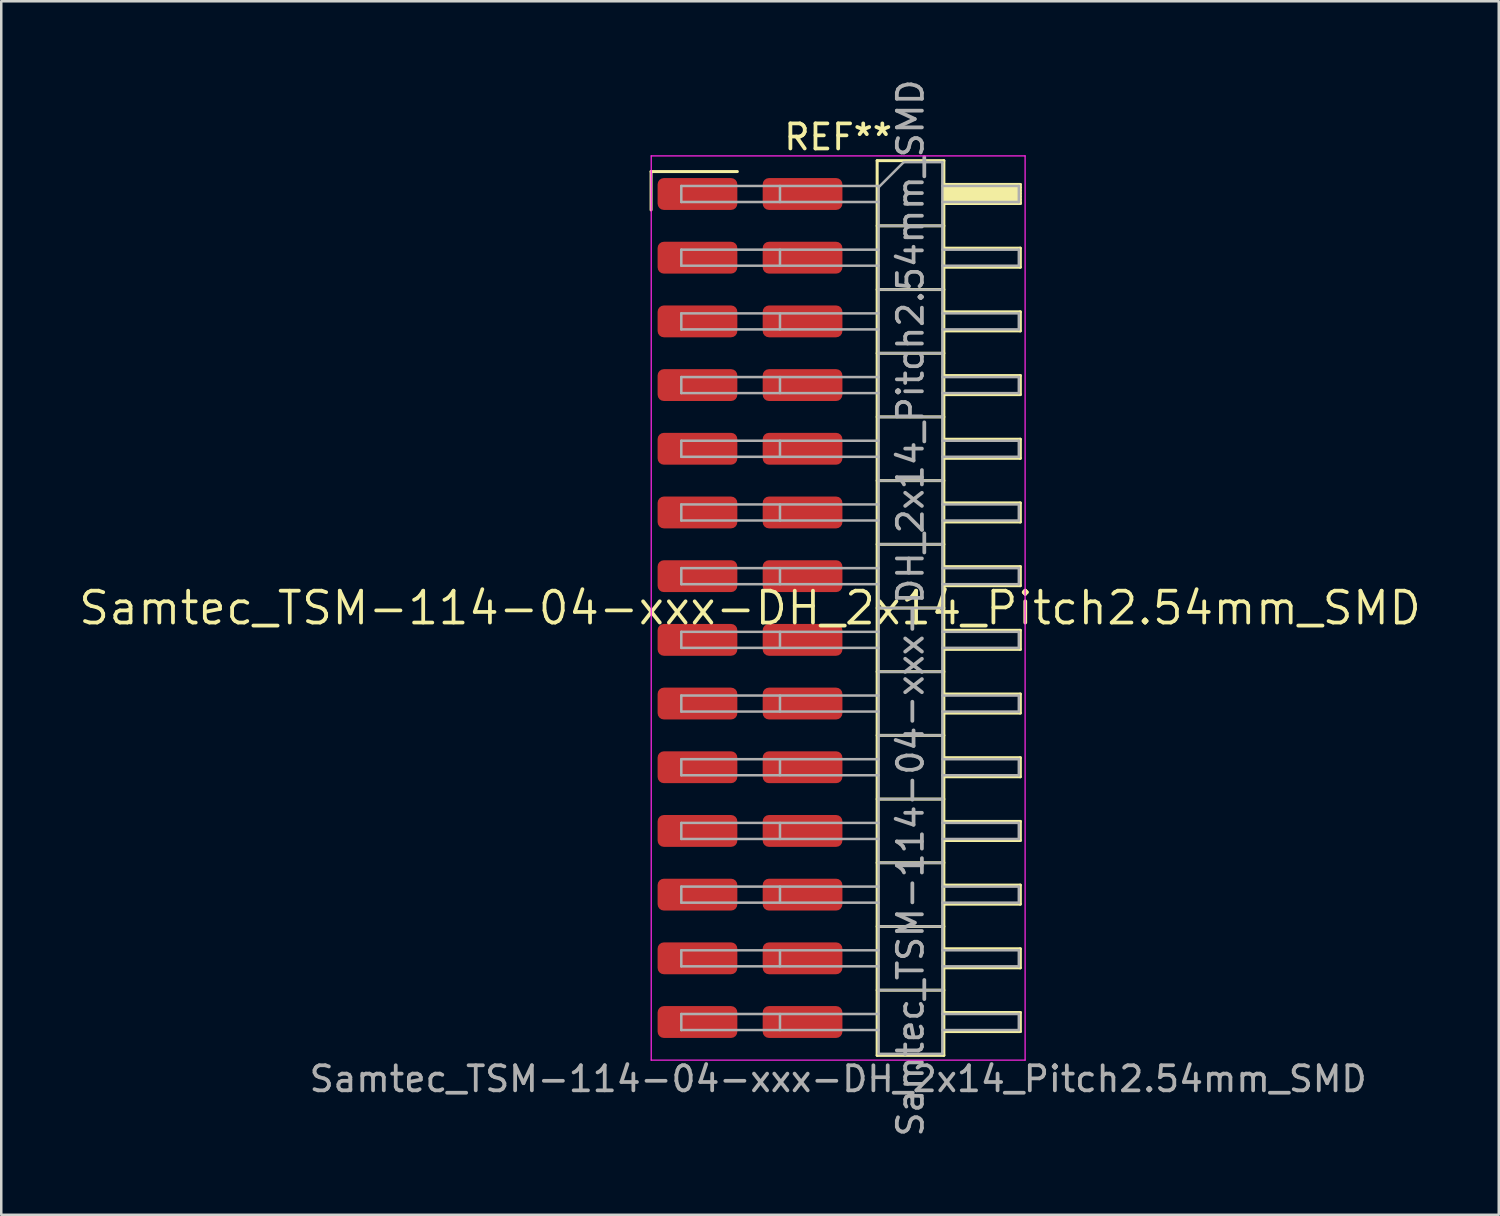
<source format=kicad_pcb>
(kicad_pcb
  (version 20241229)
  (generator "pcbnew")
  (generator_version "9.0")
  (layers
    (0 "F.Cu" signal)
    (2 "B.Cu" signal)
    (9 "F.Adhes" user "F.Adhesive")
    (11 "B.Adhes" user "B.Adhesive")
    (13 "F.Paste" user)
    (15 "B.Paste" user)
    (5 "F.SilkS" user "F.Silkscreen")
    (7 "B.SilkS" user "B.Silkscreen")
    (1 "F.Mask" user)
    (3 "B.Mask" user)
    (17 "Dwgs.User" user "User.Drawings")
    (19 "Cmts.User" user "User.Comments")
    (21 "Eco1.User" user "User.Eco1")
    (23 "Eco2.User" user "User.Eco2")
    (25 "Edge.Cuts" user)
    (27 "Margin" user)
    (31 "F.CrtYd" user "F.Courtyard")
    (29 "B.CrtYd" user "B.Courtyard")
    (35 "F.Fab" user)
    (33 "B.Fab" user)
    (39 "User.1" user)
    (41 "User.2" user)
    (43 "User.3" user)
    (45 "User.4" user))
  (footprint "Samtec_TSM-114-04-xxx-DH_2x14_Pitch2.54mm_SMD"
    (layer "F.Cu")
    (at 26.859 21.196)
    (property "Reference" "Samtec_TSM-114-04-xxx-DH_2x14_Pitch2.54mm_SMD" (at 0 0 0) (layer "F.SilkS") (effects (font (size 1.27 1.27) (thickness 0.15))))
    (attr smd)
    (fp_line (start -3.945 -17.405) (end -0.505 -17.405) (stroke (width 0.12) (type solid)) (layer "F.SilkS"))
    (fp_line (start -3.945 -15.875) (end -3.945 -17.405) (stroke (width 0.12) (type solid)) (layer "F.SilkS"))
    (fp_line (start 5.07 -17.84) (end 7.73 -17.84) (stroke (width 0.12) (type solid)) (layer "F.SilkS"))
    (fp_line (start 5.07 -15.24) (end 7.73 -15.24) (stroke (width 0.12) (type solid)) (layer "F.SilkS"))
    (fp_line (start 5.07 -12.7) (end 7.73 -12.7) (stroke (width 0.12) (type solid)) (layer "F.SilkS"))
    (fp_line (start 5.07 -10.16) (end 7.73 -10.16) (stroke (width 0.12) (type solid)) (layer "F.SilkS"))
    (fp_line (start 5.07 -7.62) (end 7.73 -7.62) (stroke (width 0.12) (type solid)) (layer "F.SilkS"))
    (fp_line (start 5.07 -5.08) (end 7.73 -5.08) (stroke (width 0.12) (type solid)) (layer "F.SilkS"))
    (fp_line (start 5.07 -2.54) (end 7.73 -2.54) (stroke (width 0.12) (type solid)) (layer "F.SilkS"))
    (fp_line (start 5.07 0) (end 7.73 0) (stroke (width 0.12) (type solid)) (layer "F.SilkS"))
    (fp_line (start 5.07 2.54) (end 7.73 2.54) (stroke (width 0.12) (type solid)) (layer "F.SilkS"))
    (fp_line (start 5.07 5.08) (end 7.73 5.08) (stroke (width 0.12) (type solid)) (layer "F.SilkS"))
    (fp_line (start 5.07 7.62) (end 7.73 7.62) (stroke (width 0.12) (type solid)) (layer "F.SilkS"))
    (fp_line (start 5.07 10.16) (end 7.73 10.16) (stroke (width 0.12) (type solid)) (layer "F.SilkS"))
    (fp_line (start 5.07 12.7) (end 7.73 12.7) (stroke (width 0.12) (type solid)) (layer "F.SilkS"))
    (fp_line (start 5.07 15.24) (end 7.73 15.24) (stroke (width 0.12) (type solid)) (layer "F.SilkS"))
    (fp_line (start 5.07 17.84) (end 5.07 -17.84) (stroke (width 0.12) (type solid)) (layer "F.SilkS"))
    (fp_line (start 7.73 -17.84) (end 7.73 17.84) (stroke (width 0.12) (type solid)) (layer "F.SilkS"))
    (fp_line (start 7.73 -16.89) (end 10.78 -16.89) (stroke (width 0.12) (type solid)) (layer "F.SilkS"))
    (fp_line (start 7.73 -16.77) (end 10.78 -16.77) (stroke (width 0.12) (type solid)) (layer "F.SilkS"))
    (fp_line (start 7.73 -16.65) (end 10.78 -16.65) (stroke (width 0.12) (type solid)) (layer "F.SilkS"))
    (fp_line (start 7.73 -16.53) (end 10.78 -16.53) (stroke (width 0.12) (type solid)) (layer "F.SilkS"))
    (fp_line (start 7.73 -16.41) (end 10.78 -16.41) (stroke (width 0.12) (type solid)) (layer "F.SilkS"))
    (fp_line (start 7.73 -16.29) (end 10.78 -16.29) (stroke (width 0.12) (type solid)) (layer "F.SilkS"))
    (fp_line (start 7.73 -16.17) (end 10.78 -16.17) (stroke (width 0.12) (type solid)) (layer "F.SilkS"))
    (fp_line (start 7.73 -16.13) (end 10.78 -16.13) (stroke (width 0.12) (type solid)) (layer "F.SilkS"))
    (fp_line (start 7.73 -14.35) (end 10.78 -14.35) (stroke (width 0.12) (type solid)) (layer "F.SilkS"))
    (fp_line (start 7.73 -13.59) (end 10.78 -13.59) (stroke (width 0.12) (type solid)) (layer "F.SilkS"))
    (fp_line (start 7.73 -11.81) (end 10.78 -11.81) (stroke (width 0.12) (type solid)) (layer "F.SilkS"))
    (fp_line (start 7.73 -11.05) (end 10.78 -11.05) (stroke (width 0.12) (type solid)) (layer "F.SilkS"))
    (fp_line (start 7.73 -9.27) (end 10.78 -9.27) (stroke (width 0.12) (type solid)) (layer "F.SilkS"))
    (fp_line (start 7.73 -8.51) (end 10.78 -8.51) (stroke (width 0.12) (type solid)) (layer "F.SilkS"))
    (fp_line (start 7.73 -6.73) (end 10.78 -6.73) (stroke (width 0.12) (type solid)) (layer "F.SilkS"))
    (fp_line (start 7.73 -5.97) (end 10.78 -5.97) (stroke (width 0.12) (type solid)) (layer "F.SilkS"))
    (fp_line (start 7.73 -4.19) (end 10.78 -4.19) (stroke (width 0.12) (type solid)) (layer "F.SilkS"))
    (fp_line (start 7.73 -3.43) (end 10.78 -3.43) (stroke (width 0.12) (type solid)) (layer "F.SilkS"))
    (fp_line (start 7.73 -1.65) (end 10.78 -1.65) (stroke (width 0.12) (type solid)) (layer "F.SilkS"))
    (fp_line (start 7.73 -0.89) (end 10.78 -0.89) (stroke (width 0.12) (type solid)) (layer "F.SilkS"))
    (fp_line (start 7.73 0.89) (end 10.78 0.89) (stroke (width 0.12) (type solid)) (layer "F.SilkS"))
    (fp_line (start 7.73 1.65) (end 10.78 1.65) (stroke (width 0.12) (type solid)) (layer "F.SilkS"))
    (fp_line (start 7.73 3.43) (end 10.78 3.43) (stroke (width 0.12) (type solid)) (layer "F.SilkS"))
    (fp_line (start 7.73 4.19) (end 10.78 4.19) (stroke (width 0.12) (type solid)) (layer "F.SilkS"))
    (fp_line (start 7.73 5.97) (end 10.78 5.97) (stroke (width 0.12) (type solid)) (layer "F.SilkS"))
    (fp_line (start 7.73 6.73) (end 10.78 6.73) (stroke (width 0.12) (type solid)) (layer "F.SilkS"))
    (fp_line (start 7.73 8.51) (end 10.78 8.51) (stroke (width 0.12) (type solid)) (layer "F.SilkS"))
    (fp_line (start 7.73 9.27) (end 10.78 9.27) (stroke (width 0.12) (type solid)) (layer "F.SilkS"))
    (fp_line (start 7.73 11.05) (end 10.78 11.05) (stroke (width 0.12) (type solid)) (layer "F.SilkS"))
    (fp_line (start 7.73 11.81) (end 10.78 11.81) (stroke (width 0.12) (type solid)) (layer "F.SilkS"))
    (fp_line (start 7.73 13.59) (end 10.78 13.59) (stroke (width 0.12) (type solid)) (layer "F.SilkS"))
    (fp_line (start 7.73 14.35) (end 10.78 14.35) (stroke (width 0.12) (type solid)) (layer "F.SilkS"))
    (fp_line (start 7.73 16.13) (end 10.78 16.13) (stroke (width 0.12) (type solid)) (layer "F.SilkS"))
    (fp_line (start 7.73 16.89) (end 10.78 16.89) (stroke (width 0.12) (type solid)) (layer "F.SilkS"))
    (fp_line (start 7.73 17.84) (end 5.07 17.84) (stroke (width 0.12) (type solid)) (layer "F.SilkS"))
    (fp_line (start 10.78 -16.89) (end 10.78 -16.13) (stroke (width 0.12) (type solid)) (layer "F.SilkS"))
    (fp_line (start 10.78 -14.35) (end 10.78 -13.59) (stroke (width 0.12) (type solid)) (layer "F.SilkS"))
    (fp_line (start 10.78 -11.81) (end 10.78 -11.05) (stroke (width 0.12) (type solid)) (layer "F.SilkS"))
    (fp_line (start 10.78 -9.27) (end 10.78 -8.51) (stroke (width 0.12) (type solid)) (layer "F.SilkS"))
    (fp_line (start 10.78 -6.73) (end 10.78 -5.97) (stroke (width 0.12) (type solid)) (layer "F.SilkS"))
    (fp_line (start 10.78 -4.19) (end 10.78 -3.43) (stroke (width 0.12) (type solid)) (layer "F.SilkS"))
    (fp_line (start 10.78 -1.65) (end 10.78 -0.89) (stroke (width 0.12) (type solid)) (layer "F.SilkS"))
    (fp_line (start 10.78 0.89) (end 10.78 1.65) (stroke (width 0.12) (type solid)) (layer "F.SilkS"))
    (fp_line (start 10.78 3.43) (end 10.78 4.19) (stroke (width 0.12) (type solid)) (layer "F.SilkS"))
    (fp_line (start 10.78 5.97) (end 10.78 6.73) (stroke (width 0.12) (type solid)) (layer "F.SilkS"))
    (fp_line (start 10.78 8.51) (end 10.78 9.27) (stroke (width 0.12) (type solid)) (layer "F.SilkS"))
    (fp_line (start 10.78 11.05) (end 10.78 11.81) (stroke (width 0.12) (type solid)) (layer "F.SilkS"))
    (fp_line (start 10.78 13.59) (end 10.78 14.35) (stroke (width 0.12) (type solid)) (layer "F.SilkS"))
    (fp_line (start 10.78 16.13) (end 10.78 16.89) (stroke (width 0.12) (type solid)) (layer "F.SilkS"))
    (fp_line (start -3.94 -18.03) (end 10.97 -18.03) (stroke (width 0.05) (type solid)) (layer "F.CrtYd"))
    (fp_line (start -3.94 18.03) (end -3.94 -18.03) (stroke (width 0.05) (type solid)) (layer "F.CrtYd"))
    (fp_line (start 10.97 -18.03) (end 10.97 18.03) (stroke (width 0.05) (type solid)) (layer "F.CrtYd"))
    (fp_line (start 10.97 18.03) (end -3.94 18.03) (stroke (width 0.05) (type solid)) (layer "F.CrtYd"))
    (fp_line (start -2.74 -16.83) (end -2.74 -16.19) (stroke (width 0.1) (type solid)) (layer "F.Fab"))
    (fp_line (start -2.74 -16.83) (end 5.13 -16.83) (stroke (width 0.1) (type solid)) (layer "F.Fab"))
    (fp_line (start -2.74 -16.19) (end 5.13 -16.19) (stroke (width 0.1) (type solid)) (layer "F.Fab"))
    (fp_line (start -2.74 -14.29) (end -2.74 -13.65) (stroke (width 0.1) (type solid)) (layer "F.Fab"))
    (fp_line (start -2.74 -14.29) (end 5.13 -14.29) (stroke (width 0.1) (type solid)) (layer "F.Fab"))
    (fp_line (start -2.74 -13.65) (end 5.13 -13.65) (stroke (width 0.1) (type solid)) (layer "F.Fab"))
    (fp_line (start -2.74 -11.75) (end -2.74 -11.11) (stroke (width 0.1) (type solid)) (layer "F.Fab"))
    (fp_line (start -2.74 -11.75) (end 5.13 -11.75) (stroke (width 0.1) (type solid)) (layer "F.Fab"))
    (fp_line (start -2.74 -11.11) (end 5.13 -11.11) (stroke (width 0.1) (type solid)) (layer "F.Fab"))
    (fp_line (start -2.74 -9.21) (end -2.74 -8.57) (stroke (width 0.1) (type solid)) (layer "F.Fab"))
    (fp_line (start -2.74 -9.21) (end 5.13 -9.21) (stroke (width 0.1) (type solid)) (layer "F.Fab"))
    (fp_line (start -2.74 -8.57) (end 5.13 -8.57) (stroke (width 0.1) (type solid)) (layer "F.Fab"))
    (fp_line (start -2.74 -6.67) (end -2.74 -6.03) (stroke (width 0.1) (type solid)) (layer "F.Fab"))
    (fp_line (start -2.74 -6.67) (end 5.13 -6.67) (stroke (width 0.1) (type solid)) (layer "F.Fab"))
    (fp_line (start -2.74 -6.03) (end 5.13 -6.03) (stroke (width 0.1) (type solid)) (layer "F.Fab"))
    (fp_line (start -2.74 -4.13) (end -2.74 -3.49) (stroke (width 0.1) (type solid)) (layer "F.Fab"))
    (fp_line (start -2.74 -4.13) (end 5.13 -4.13) (stroke (width 0.1) (type solid)) (layer "F.Fab"))
    (fp_line (start -2.74 -3.49) (end 5.13 -3.49) (stroke (width 0.1) (type solid)) (layer "F.Fab"))
    (fp_line (start -2.74 -1.59) (end -2.74 -0.95) (stroke (width 0.1) (type solid)) (layer "F.Fab"))
    (fp_line (start -2.74 -1.59) (end 5.13 -1.59) (stroke (width 0.1) (type solid)) (layer "F.Fab"))
    (fp_line (start -2.74 -0.95) (end 5.13 -0.95) (stroke (width 0.1) (type solid)) (layer "F.Fab"))
    (fp_line (start -2.74 0.95) (end -2.74 1.59) (stroke (width 0.1) (type solid)) (layer "F.Fab"))
    (fp_line (start -2.74 0.95) (end 5.13 0.95) (stroke (width 0.1) (type solid)) (layer "F.Fab"))
    (fp_line (start -2.74 1.59) (end 5.13 1.59) (stroke (width 0.1) (type solid)) (layer "F.Fab"))
    (fp_line (start -2.74 3.49) (end -2.74 4.13) (stroke (width 0.1) (type solid)) (layer "F.Fab"))
    (fp_line (start -2.74 3.49) (end 5.13 3.49) (stroke (width 0.1) (type solid)) (layer "F.Fab"))
    (fp_line (start -2.74 4.13) (end 5.13 4.13) (stroke (width 0.1) (type solid)) (layer "F.Fab"))
    (fp_line (start -2.74 6.03) (end -2.74 6.67) (stroke (width 0.1) (type solid)) (layer "F.Fab"))
    (fp_line (start -2.74 6.03) (end 5.13 6.03) (stroke (width 0.1) (type solid)) (layer "F.Fab"))
    (fp_line (start -2.74 6.67) (end 5.13 6.67) (stroke (width 0.1) (type solid)) (layer "F.Fab"))
    (fp_line (start -2.74 8.57) (end -2.74 9.21) (stroke (width 0.1) (type solid)) (layer "F.Fab"))
    (fp_line (start -2.74 8.57) (end 5.13 8.57) (stroke (width 0.1) (type solid)) (layer "F.Fab"))
    (fp_line (start -2.74 9.21) (end 5.13 9.21) (stroke (width 0.1) (type solid)) (layer "F.Fab"))
    (fp_line (start -2.74 11.11) (end -2.74 11.75) (stroke (width 0.1) (type solid)) (layer "F.Fab"))
    (fp_line (start -2.74 11.11) (end 5.13 11.11) (stroke (width 0.1) (type solid)) (layer "F.Fab"))
    (fp_line (start -2.74 11.75) (end 5.13 11.75) (stroke (width 0.1) (type solid)) (layer "F.Fab"))
    (fp_line (start -2.74 13.65) (end -2.74 14.29) (stroke (width 0.1) (type solid)) (layer "F.Fab"))
    (fp_line (start -2.74 13.65) (end 5.13 13.65) (stroke (width 0.1) (type solid)) (layer "F.Fab"))
    (fp_line (start -2.74 14.29) (end 5.13 14.29) (stroke (width 0.1) (type solid)) (layer "F.Fab"))
    (fp_line (start -2.74 16.19) (end -2.74 16.83) (stroke (width 0.1) (type solid)) (layer "F.Fab"))
    (fp_line (start -2.74 16.19) (end 5.13 16.19) (stroke (width 0.1) (type solid)) (layer "F.Fab"))
    (fp_line (start -2.74 16.83) (end 5.13 16.83) (stroke (width 0.1) (type solid)) (layer "F.Fab"))
    (fp_line (start 1.195 -16.83) (end 1.195 -16.19) (stroke (width 0.1) (type solid)) (layer "F.Fab"))
    (fp_line (start 1.195 -14.29) (end 1.195 -13.65) (stroke (width 0.1) (type solid)) (layer "F.Fab"))
    (fp_line (start 1.195 -11.75) (end 1.195 -11.11) (stroke (width 0.1) (type solid)) (layer "F.Fab"))
    (fp_line (start 1.195 -9.21) (end 1.195 -8.57) (stroke (width 0.1) (type solid)) (layer "F.Fab"))
    (fp_line (start 1.195 -6.67) (end 1.195 -6.03) (stroke (width 0.1) (type solid)) (layer "F.Fab"))
    (fp_line (start 1.195 -4.13) (end 1.195 -3.49) (stroke (width 0.1) (type solid)) (layer "F.Fab"))
    (fp_line (start 1.195 -1.59) (end 1.195 -0.95) (stroke (width 0.1) (type solid)) (layer "F.Fab"))
    (fp_line (start 1.195 0.95) (end 1.195 1.59) (stroke (width 0.1) (type solid)) (layer "F.Fab"))
    (fp_line (start 1.195 3.49) (end 1.195 4.13) (stroke (width 0.1) (type solid)) (layer "F.Fab"))
    (fp_line (start 1.195 6.03) (end 1.195 6.67) (stroke (width 0.1) (type solid)) (layer "F.Fab"))
    (fp_line (start 1.195 8.57) (end 1.195 9.21) (stroke (width 0.1) (type solid)) (layer "F.Fab"))
    (fp_line (start 1.195 11.11) (end 1.195 11.75) (stroke (width 0.1) (type solid)) (layer "F.Fab"))
    (fp_line (start 1.195 13.65) (end 1.195 14.29) (stroke (width 0.1) (type solid)) (layer "F.Fab"))
    (fp_line (start 1.195 16.19) (end 1.195 16.83) (stroke (width 0.1) (type solid)) (layer "F.Fab"))
    (fp_line (start 5.13 -16.78) (end 6.13 -17.78) (stroke (width 0.1) (type solid)) (layer "F.Fab"))
    (fp_line (start 5.13 -15.24) (end 7.67 -15.24) (stroke (width 0.1) (type solid)) (layer "F.Fab"))
    (fp_line (start 5.13 -12.7) (end 7.67 -12.7) (stroke (width 0.1) (type solid)) (layer "F.Fab"))
    (fp_line (start 5.13 -10.16) (end 7.67 -10.16) (stroke (width 0.1) (type solid)) (layer "F.Fab"))
    (fp_line (start 5.13 -7.62) (end 7.67 -7.62) (stroke (width 0.1) (type solid)) (layer "F.Fab"))
    (fp_line (start 5.13 -5.08) (end 7.67 -5.08) (stroke (width 0.1) (type solid)) (layer "F.Fab"))
    (fp_line (start 5.13 -2.54) (end 7.67 -2.54) (stroke (width 0.1) (type solid)) (layer "F.Fab"))
    (fp_line (start 5.13 0) (end 7.67 0) (stroke (width 0.1) (type solid)) (layer "F.Fab"))
    (fp_line (start 5.13 2.54) (end 7.67 2.54) (stroke (width 0.1) (type solid)) (layer "F.Fab"))
    (fp_line (start 5.13 5.08) (end 7.67 5.08) (stroke (width 0.1) (type solid)) (layer "F.Fab"))
    (fp_line (start 5.13 7.62) (end 7.67 7.62) (stroke (width 0.1) (type solid)) (layer "F.Fab"))
    (fp_line (start 5.13 10.16) (end 7.67 10.16) (stroke (width 0.1) (type solid)) (layer "F.Fab"))
    (fp_line (start 5.13 12.7) (end 7.67 12.7) (stroke (width 0.1) (type solid)) (layer "F.Fab"))
    (fp_line (start 5.13 15.24) (end 7.67 15.24) (stroke (width 0.1) (type solid)) (layer "F.Fab"))
    (fp_line (start 5.13 17.78) (end 5.13 -16.78) (stroke (width 0.1) (type solid)) (layer "F.Fab"))
    (fp_line (start 6.13 -17.78) (end 7.67 -17.78) (stroke (width 0.1) (type solid)) (layer "F.Fab"))
    (fp_line (start 7.67 -17.78) (end 7.67 17.78) (stroke (width 0.1) (type solid)) (layer "F.Fab"))
    (fp_line (start 7.67 -16.83) (end 10.72 -16.83) (stroke (width 0.1) (type solid)) (layer "F.Fab"))
    (fp_line (start 7.67 -16.19) (end 10.72 -16.19) (stroke (width 0.1) (type solid)) (layer "F.Fab"))
    (fp_line (start 7.67 -14.29) (end 10.72 -14.29) (stroke (width 0.1) (type solid)) (layer "F.Fab"))
    (fp_line (start 7.67 -13.65) (end 10.72 -13.65) (stroke (width 0.1) (type solid)) (layer "F.Fab"))
    (fp_line (start 7.67 -11.75) (end 10.72 -11.75) (stroke (width 0.1) (type solid)) (layer "F.Fab"))
    (fp_line (start 7.67 -11.11) (end 10.72 -11.11) (stroke (width 0.1) (type solid)) (layer "F.Fab"))
    (fp_line (start 7.67 -9.21) (end 10.72 -9.21) (stroke (width 0.1) (type solid)) (layer "F.Fab"))
    (fp_line (start 7.67 -8.57) (end 10.72 -8.57) (stroke (width 0.1) (type solid)) (layer "F.Fab"))
    (fp_line (start 7.67 -6.67) (end 10.72 -6.67) (stroke (width 0.1) (type solid)) (layer "F.Fab"))
    (fp_line (start 7.67 -6.03) (end 10.72 -6.03) (stroke (width 0.1) (type solid)) (layer "F.Fab"))
    (fp_line (start 7.67 -4.13) (end 10.72 -4.13) (stroke (width 0.1) (type solid)) (layer "F.Fab"))
    (fp_line (start 7.67 -3.49) (end 10.72 -3.49) (stroke (width 0.1) (type solid)) (layer "F.Fab"))
    (fp_line (start 7.67 -1.59) (end 10.72 -1.59) (stroke (width 0.1) (type solid)) (layer "F.Fab"))
    (fp_line (start 7.67 -0.95) (end 10.72 -0.95) (stroke (width 0.1) (type solid)) (layer "F.Fab"))
    (fp_line (start 7.67 0.95) (end 10.72 0.95) (stroke (width 0.1) (type solid)) (layer "F.Fab"))
    (fp_line (start 7.67 1.59) (end 10.72 1.59) (stroke (width 0.1) (type solid)) (layer "F.Fab"))
    (fp_line (start 7.67 3.49) (end 10.72 3.49) (stroke (width 0.1) (type solid)) (layer "F.Fab"))
    (fp_line (start 7.67 4.13) (end 10.72 4.13) (stroke (width 0.1) (type solid)) (layer "F.Fab"))
    (fp_line (start 7.67 6.03) (end 10.72 6.03) (stroke (width 0.1) (type solid)) (layer "F.Fab"))
    (fp_line (start 7.67 6.67) (end 10.72 6.67) (stroke (width 0.1) (type solid)) (layer "F.Fab"))
    (fp_line (start 7.67 8.57) (end 10.72 8.57) (stroke (width 0.1) (type solid)) (layer "F.Fab"))
    (fp_line (start 7.67 9.21) (end 10.72 9.21) (stroke (width 0.1) (type solid)) (layer "F.Fab"))
    (fp_line (start 7.67 11.11) (end 10.72 11.11) (stroke (width 0.1) (type solid)) (layer "F.Fab"))
    (fp_line (start 7.67 11.75) (end 10.72 11.75) (stroke (width 0.1) (type solid)) (layer "F.Fab"))
    (fp_line (start 7.67 13.65) (end 10.72 13.65) (stroke (width 0.1) (type solid)) (layer "F.Fab"))
    (fp_line (start 7.67 14.29) (end 10.72 14.29) (stroke (width 0.1) (type solid)) (layer "F.Fab"))
    (fp_line (start 7.67 16.19) (end 10.72 16.19) (stroke (width 0.1) (type solid)) (layer "F.Fab"))
    (fp_line (start 7.67 16.83) (end 10.72 16.83) (stroke (width 0.1) (type solid)) (layer "F.Fab"))
    (fp_line (start 7.67 17.78) (end 5.13 17.78) (stroke (width 0.1) (type solid)) (layer "F.Fab"))
    (fp_line (start 10.72 -16.83) (end 10.72 -16.19) (stroke (width 0.1) (type solid)) (layer "F.Fab"))
    (fp_line (start 10.72 -14.29) (end 10.72 -13.65) (stroke (width 0.1) (type solid)) (layer "F.Fab"))
    (fp_line (start 10.72 -11.75) (end 10.72 -11.11) (stroke (width 0.1) (type solid)) (layer "F.Fab"))
    (fp_line (start 10.72 -9.21) (end 10.72 -8.57) (stroke (width 0.1) (type solid)) (layer "F.Fab"))
    (fp_line (start 10.72 -6.67) (end 10.72 -6.03) (stroke (width 0.1) (type solid)) (layer "F.Fab"))
    (fp_line (start 10.72 -4.13) (end 10.72 -3.49) (stroke (width 0.1) (type solid)) (layer "F.Fab"))
    (fp_line (start 10.72 -1.59) (end 10.72 -0.95) (stroke (width 0.1) (type solid)) (layer "F.Fab"))
    (fp_line (start 10.72 0.95) (end 10.72 1.59) (stroke (width 0.1) (type solid)) (layer "F.Fab"))
    (fp_line (start 10.72 3.49) (end 10.72 4.13) (stroke (width 0.1) (type solid)) (layer "F.Fab"))
    (fp_line (start 10.72 6.03) (end 10.72 6.67) (stroke (width 0.1) (type solid)) (layer "F.Fab"))
    (fp_line (start 10.72 8.57) (end 10.72 9.21) (stroke (width 0.1) (type solid)) (layer "F.Fab"))
    (fp_line (start 10.72 11.11) (end 10.72 11.75) (stroke (width 0.1) (type solid)) (layer "F.Fab"))
    (fp_line (start 10.72 13.65) (end 10.72 14.29) (stroke (width 0.1) (type solid)) (layer "F.Fab"))
    (fp_line (start 10.72 16.19) (end 10.72 16.83) (stroke (width 0.1) (type solid)) (layer "F.Fab"))
    (fp_text user "REF**" (at 3.515 -18.78 0) (layer "F.SilkS") (effects (font (size 1 1) (thickness 0.15))))
    (fp_text user "${REFERENCE}" (at 6.4 0 90) (layer "F.Fab") (effects (font (size 1 1) (thickness 0.15))))
    (fp_text user "Samtec_TSM-114-04-xxx-DH_2x14_Pitch2.54mm_SMD" (at 3.515 18.78 0) (layer "F.Fab") (effects (font (size 1 1) (thickness 0.15))))
    (pad "1" smd roundrect (at -2.095 -16.51) (size 3.18 1.27) (layers "F.Cu" "F.Mask" "F.Paste") (roundrect_rratio 0.197))
    (pad "2" smd roundrect (at 2.095 -16.51) (size 3.18 1.27) (layers "F.Cu" "F.Mask" "F.Paste") (roundrect_rratio 0.197))
    (pad "3" smd roundrect (at -2.095 -13.97) (size 3.18 1.27) (layers "F.Cu" "F.Mask" "F.Paste") (roundrect_rratio 0.197))
    (pad "4" smd roundrect (at 2.095 -13.97) (size 3.18 1.27) (layers "F.Cu" "F.Mask" "F.Paste") (roundrect_rratio 0.197))
    (pad "5" smd roundrect (at -2.095 -11.43) (size 3.18 1.27) (layers "F.Cu" "F.Mask" "F.Paste") (roundrect_rratio 0.197))
    (pad "6" smd roundrect (at 2.095 -11.43) (size 3.18 1.27) (layers "F.Cu" "F.Mask" "F.Paste") (roundrect_rratio 0.197))
    (pad "7" smd roundrect (at -2.095 -8.89) (size 3.18 1.27) (layers "F.Cu" "F.Mask" "F.Paste") (roundrect_rratio 0.197))
    (pad "8" smd roundrect (at 2.095 -8.89) (size 3.18 1.27) (layers "F.Cu" "F.Mask" "F.Paste") (roundrect_rratio 0.197))
    (pad "9" smd roundrect (at -2.095 -6.35) (size 3.18 1.27) (layers "F.Cu" "F.Mask" "F.Paste") (roundrect_rratio 0.197))
    (pad "10" smd roundrect (at 2.095 -6.35) (size 3.18 1.27) (layers "F.Cu" "F.Mask" "F.Paste") (roundrect_rratio 0.197))
    (pad "11" smd roundrect (at -2.095 -3.81) (size 3.18 1.27) (layers "F.Cu" "F.Mask" "F.Paste") (roundrect_rratio 0.197))
    (pad "12" smd roundrect (at 2.095 -3.81) (size 3.18 1.27) (layers "F.Cu" "F.Mask" "F.Paste") (roundrect_rratio 0.197))
    (pad "13" smd roundrect (at -2.095 -1.27) (size 3.18 1.27) (layers "F.Cu" "F.Mask" "F.Paste") (roundrect_rratio 0.197))
    (pad "14" smd roundrect (at 2.095 -1.27) (size 3.18 1.27) (layers "F.Cu" "F.Mask" "F.Paste") (roundrect_rratio 0.197))
    (pad "15" smd roundrect (at -2.095 1.27) (size 3.18 1.27) (layers "F.Cu" "F.Mask" "F.Paste") (roundrect_rratio 0.197))
    (pad "16" smd roundrect (at 2.095 1.27) (size 3.18 1.27) (layers "F.Cu" "F.Mask" "F.Paste") (roundrect_rratio 0.197))
    (pad "17" smd roundrect (at -2.095 3.81) (size 3.18 1.27) (layers "F.Cu" "F.Mask" "F.Paste") (roundrect_rratio 0.197))
    (pad "18" smd roundrect (at 2.095 3.81) (size 3.18 1.27) (layers "F.Cu" "F.Mask" "F.Paste") (roundrect_rratio 0.197))
    (pad "19" smd roundrect (at -2.095 6.35) (size 3.18 1.27) (layers "F.Cu" "F.Mask" "F.Paste") (roundrect_rratio 0.197))
    (pad "20" smd roundrect (at 2.095 6.35) (size 3.18 1.27) (layers "F.Cu" "F.Mask" "F.Paste") (roundrect_rratio 0.197))
    (pad "21" smd roundrect (at -2.095 8.89) (size 3.18 1.27) (layers "F.Cu" "F.Mask" "F.Paste") (roundrect_rratio 0.197))
    (pad "22" smd roundrect (at 2.095 8.89) (size 3.18 1.27) (layers "F.Cu" "F.Mask" "F.Paste") (roundrect_rratio 0.197))
    (pad "23" smd roundrect (at -2.095 11.43) (size 3.18 1.27) (layers "F.Cu" "F.Mask" "F.Paste") (roundrect_rratio 0.197))
    (pad "24" smd roundrect (at 2.095 11.43) (size 3.18 1.27) (layers "F.Cu" "F.Mask" "F.Paste") (roundrect_rratio 0.197))
    (pad "25" smd roundrect (at -2.095 13.97) (size 3.18 1.27) (layers "F.Cu" "F.Mask" "F.Paste") (roundrect_rratio 0.197))
    (pad "26" smd roundrect (at 2.095 13.97) (size 3.18 1.27) (layers "F.Cu" "F.Mask" "F.Paste") (roundrect_rratio 0.197))
    (pad "27" smd roundrect (at -2.095 16.51) (size 3.18 1.27) (layers "F.Cu" "F.Mask" "F.Paste") (roundrect_rratio 0.197))
    (pad "28" smd roundrect (at 2.095 16.51) (size 3.18 1.27) (layers "F.Cu" "F.Mask" "F.Paste") (roundrect_rratio 0.197)))
  (gr_rect
    (start -3 -3)
    (end 56.717 45.393)
    (stroke (width 0.1) (type default))
    (fill no)
    (layer "Edge.Cuts")))
</source>
